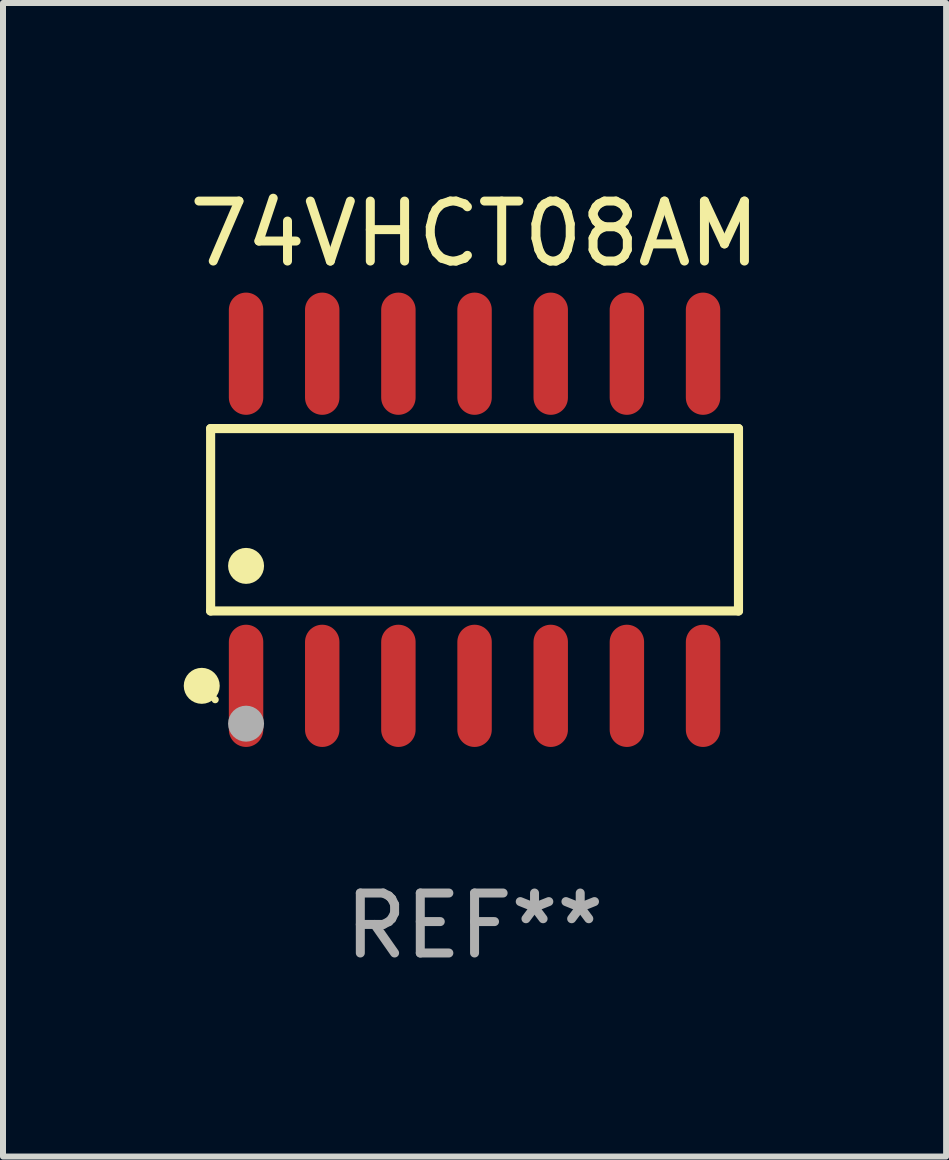
<source format=kicad_pcb>
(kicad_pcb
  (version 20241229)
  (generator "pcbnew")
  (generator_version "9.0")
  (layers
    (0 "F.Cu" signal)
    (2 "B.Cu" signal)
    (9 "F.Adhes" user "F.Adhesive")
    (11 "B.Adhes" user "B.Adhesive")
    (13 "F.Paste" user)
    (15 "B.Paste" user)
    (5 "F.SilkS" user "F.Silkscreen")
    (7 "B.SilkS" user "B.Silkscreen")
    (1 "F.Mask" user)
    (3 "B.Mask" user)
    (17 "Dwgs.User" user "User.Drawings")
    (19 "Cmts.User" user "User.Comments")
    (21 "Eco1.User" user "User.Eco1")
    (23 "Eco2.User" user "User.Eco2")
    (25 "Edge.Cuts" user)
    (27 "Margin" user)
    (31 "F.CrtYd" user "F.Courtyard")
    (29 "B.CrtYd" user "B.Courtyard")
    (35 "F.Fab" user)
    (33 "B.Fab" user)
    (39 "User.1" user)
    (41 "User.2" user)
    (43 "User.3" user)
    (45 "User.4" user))
  (footprint "74VHCT08AM"
    (layer "F.Cu")
    (at 4.863 5.617)
    (property "Reference" "74VHCT08AM" (at 0 -4.769 0) (layer "F.SilkS") (effects (font (size 1 1) (thickness 0.15))))
    (attr through_hole)
    (fp_line (start -4.401 -1.521) (end 4.401 -1.521) (stroke (width 0.152) (type solid)) (layer "F.SilkS"))
    (fp_line (start -4.401 1.521) (end -4.401 -1.521) (stroke (width 0.152) (type solid)) (layer "F.SilkS"))
    (fp_line (start 4.401 -1.521) (end 4.401 1.521) (stroke (width 0.152) (type solid)) (layer "F.SilkS"))
    (fp_line (start 4.401 1.521) (end -4.401 1.521) (stroke (width 0.152) (type solid)) (layer "F.SilkS"))
    (fp_circle (center -4.549 2.769) (end -4.399 2.769) (stroke (width 0.3) (type solid)) (fill no) (layer "F.SilkS"))
    (fp_circle (center -4.325 3) (end -4.295 3) (stroke (width 0.06) (type solid)) (fill no) (layer "F.SilkS"))
    (fp_circle (center -3.81 0.769) (end -3.66 0.769) (stroke (width 0.3) (type solid)) (fill no) (layer "F.SilkS"))
    (fp_circle (center -3.81 3.4) (end -3.66 3.4) (stroke (width 0.3) (type solid)) (fill no) (layer "F.Fab"))
    (fp_text user "REF**" (at 0 6.769 0) (layer "F.Fab") (effects (font (size 1 1) (thickness 0.15))))
    (pad "1" smd oval (at -3.81 2.769) (size 0.574 2.038) (layers "F.Cu" "F.Mask" "F.Paste"))
    (pad "2" smd oval (at -2.54 2.769) (size 0.574 2.038) (layers "F.Cu" "F.Mask" "F.Paste"))
    (pad "3" smd oval (at -1.27 2.769) (size 0.574 2.038) (layers "F.Cu" "F.Mask" "F.Paste"))
    (pad "4" smd oval (at 0 2.769) (size 0.574 2.038) (layers "F.Cu" "F.Mask" "F.Paste"))
    (pad "5" smd oval (at 1.27 2.769) (size 0.574 2.038) (layers "F.Cu" "F.Mask" "F.Paste"))
    (pad "6" smd oval (at 2.54 2.769) (size 0.574 2.038) (layers "F.Cu" "F.Mask" "F.Paste"))
    (pad "7" smd oval (at 3.81 2.769) (size 0.574 2.038) (layers "F.Cu" "F.Mask" "F.Paste"))
    (pad "8" smd oval (at 3.81 -2.769) (size 0.574 2.038) (layers "F.Cu" "F.Mask" "F.Paste"))
    (pad "9" smd oval (at 2.54 -2.769) (size 0.574 2.038) (layers "F.Cu" "F.Mask" "F.Paste"))
    (pad "10" smd oval (at 1.27 -2.769) (size 0.574 2.038) (layers "F.Cu" "F.Mask" "F.Paste"))
    (pad "11" smd oval (at 0 -2.769) (size 0.574 2.038) (layers "F.Cu" "F.Mask" "F.Paste"))
    (pad "12" smd oval (at -1.27 -2.769) (size 0.574 2.038) (layers "F.Cu" "F.Mask" "F.Paste"))
    (pad "13" smd oval (at -2.54 -2.769) (size 0.574 2.038) (layers "F.Cu" "F.Mask" "F.Paste"))
    (pad "14" smd oval (at -3.81 -2.769) (size 0.574 2.038) (layers "F.Cu" "F.Mask" "F.Paste")))
  (gr_rect
    (start -3 -3)
    (end 12.726 16.235)
    (stroke (width 0.1) (type default))
    (fill no)
    (layer "Edge.Cuts")))
</source>
